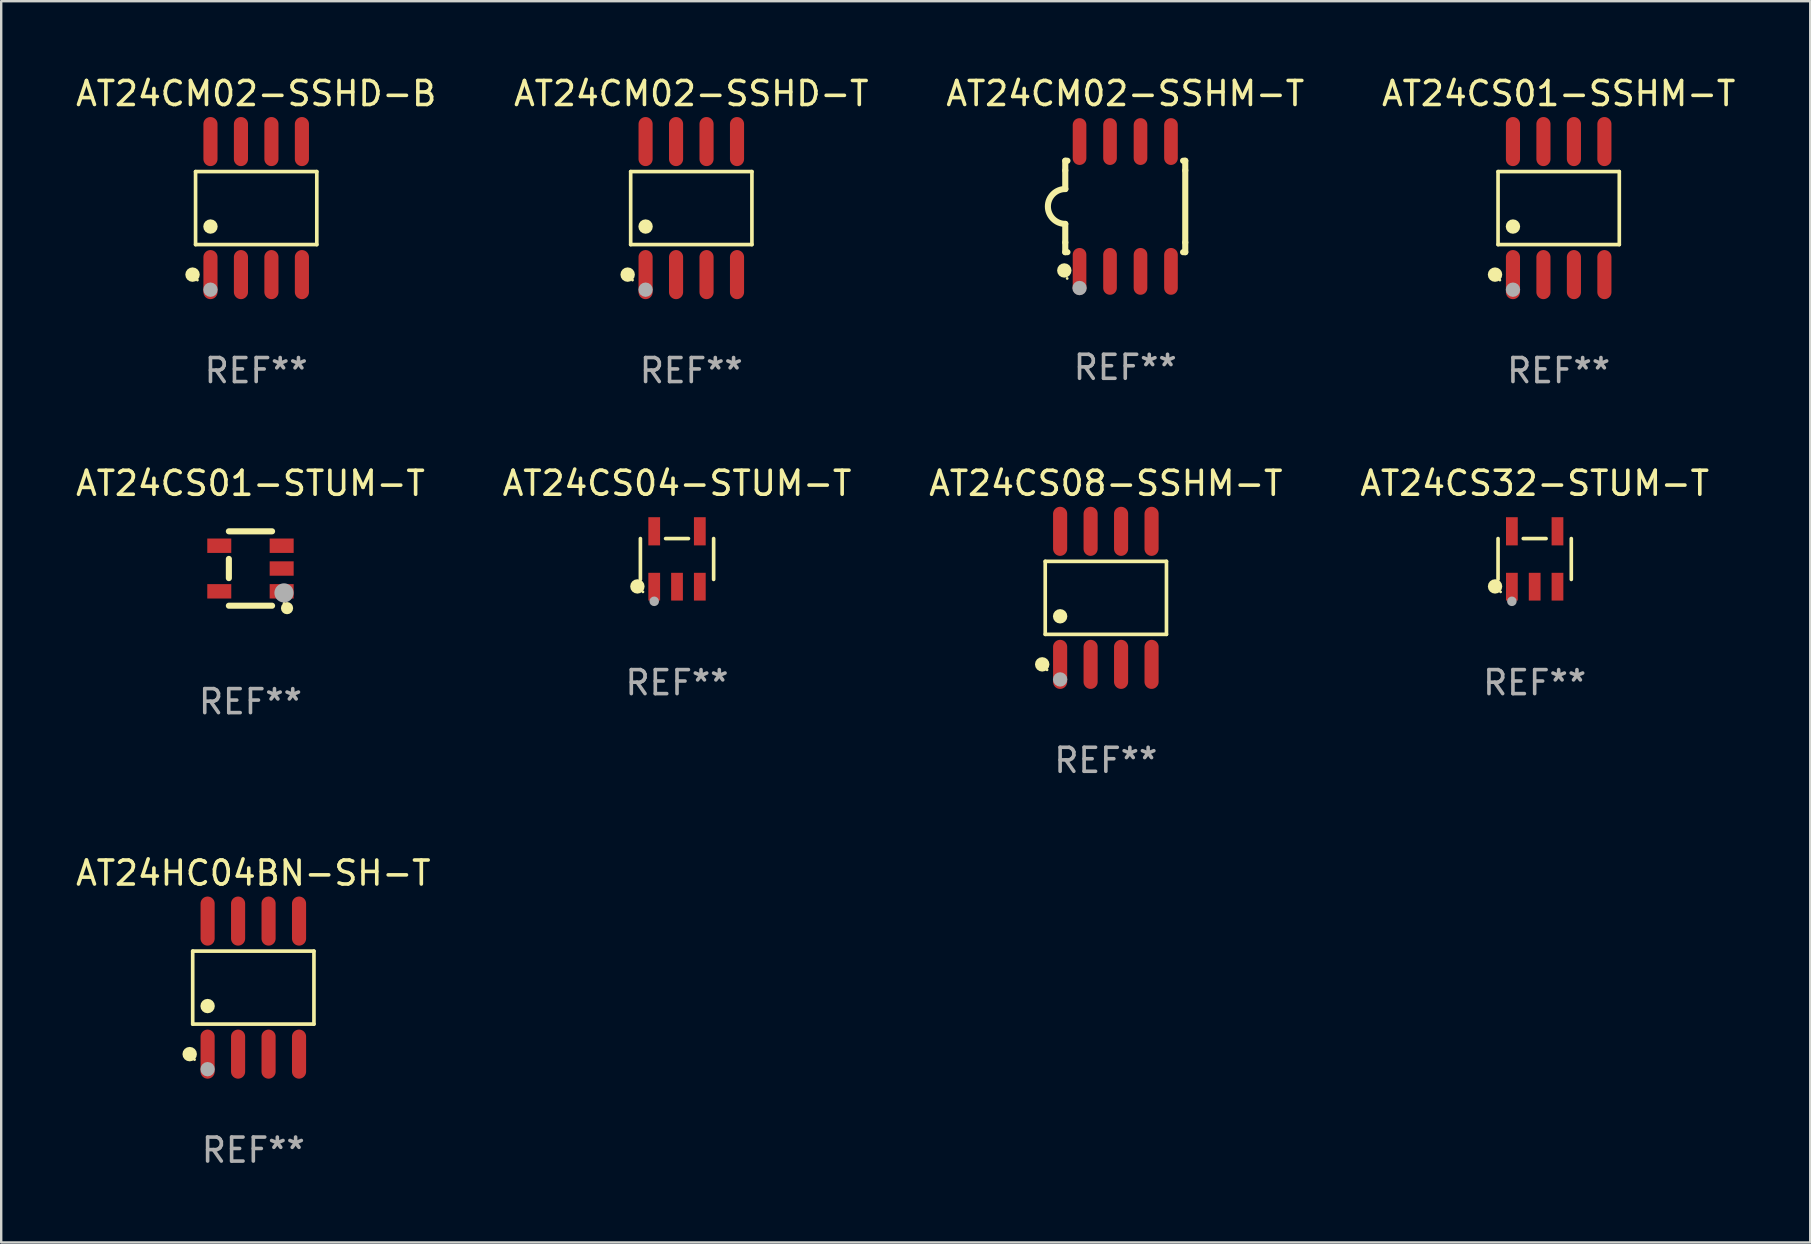
<source format=kicad_pcb>
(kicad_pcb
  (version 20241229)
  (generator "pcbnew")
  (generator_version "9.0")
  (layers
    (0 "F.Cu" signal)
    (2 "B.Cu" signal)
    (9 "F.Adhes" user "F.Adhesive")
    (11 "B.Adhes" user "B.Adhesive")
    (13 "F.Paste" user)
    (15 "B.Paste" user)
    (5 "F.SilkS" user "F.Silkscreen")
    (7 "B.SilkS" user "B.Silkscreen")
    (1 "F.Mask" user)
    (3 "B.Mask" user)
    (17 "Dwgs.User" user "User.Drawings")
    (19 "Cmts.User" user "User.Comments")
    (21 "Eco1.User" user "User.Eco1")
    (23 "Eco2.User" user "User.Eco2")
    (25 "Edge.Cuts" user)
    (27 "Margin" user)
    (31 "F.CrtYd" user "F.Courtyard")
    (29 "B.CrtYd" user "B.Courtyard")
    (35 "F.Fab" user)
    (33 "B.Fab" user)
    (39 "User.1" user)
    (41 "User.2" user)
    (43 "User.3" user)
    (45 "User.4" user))
  (footprint "AT24CS01-SSHM-T"
    (layer "F.Cu")
    (at 61.899 5.621)
    (property "Reference" "AT24CS01-SSHM-T" (at 0 -4.772 0) (layer "F.SilkS") (effects (font (size 1 1) (thickness 0.15))))
    (attr through_hole)
    (fp_line (start -2.526 -1.521) (end 2.526 -1.521) (stroke (width 0.152) (type solid)) (layer "F.SilkS"))
    (fp_line (start -2.526 1.521) (end -2.526 -1.521) (stroke (width 0.152) (type solid)) (layer "F.SilkS"))
    (fp_line (start 2.526 -1.521) (end 2.526 1.521) (stroke (width 0.152) (type solid)) (layer "F.SilkS"))
    (fp_line (start 2.526 1.521) (end -2.526 1.521) (stroke (width 0.152) (type solid)) (layer "F.SilkS"))
    (fp_circle (center -2.652 2.772) (end -2.501 2.772) (stroke (width 0.3) (type solid)) (fill no) (layer "F.SilkS"))
    (fp_circle (center -2.45 3) (end -2.42 3) (stroke (width 0.06) (type solid)) (fill no) (layer "F.SilkS"))
    (fp_circle (center -1.905 0.769) (end -1.755 0.769) (stroke (width 0.3) (type solid)) (fill no) (layer "F.SilkS"))
    (fp_circle (center -1.905 3.4) (end -1.755 3.4) (stroke (width 0.3) (type solid)) (fill no) (layer "F.Fab"))
    (fp_text user "REF**" (at 0 6.772 0) (layer "F.Fab") (effects (font (size 1 1) (thickness 0.15))))
    (pad "1" smd oval (at -1.905 2.772) (size 0.588 2.045) (layers "F.Cu" "F.Mask" "F.Paste"))
    (pad "2" smd oval (at -0.635 2.772) (size 0.588 2.045) (layers "F.Cu" "F.Mask" "F.Paste"))
    (pad "3" smd oval (at 0.635 2.772) (size 0.588 2.045) (layers "F.Cu" "F.Mask" "F.Paste"))
    (pad "4" smd oval (at 1.905 2.772) (size 0.588 2.045) (layers "F.Cu" "F.Mask" "F.Paste"))
    (pad "5" smd oval (at 1.905 -2.772) (size 0.588 2.045) (layers "F.Cu" "F.Mask" "F.Paste"))
    (pad "6" smd oval (at 0.635 -2.772) (size 0.588 2.045) (layers "F.Cu" "F.Mask" "F.Paste"))
    (pad "7" smd oval (at -0.635 -2.772) (size 0.588 2.045) (layers "F.Cu" "F.Mask" "F.Paste"))
    (pad "8" smd oval (at -1.905 -2.772) (size 0.588 2.045) (layers "F.Cu" "F.Mask" "F.Paste")))
  (footprint "AT24HC04BN-SH-T"
    (layer "F.Cu")
    (at 7.506 38.103)
    (property "Reference" "AT24HC04BN-SH-T" (at 0 -4.772 0) (layer "F.SilkS") (effects (font (size 1 1) (thickness 0.15))))
    (attr through_hole)
    (fp_line (start -2.526 -1.521) (end 2.526 -1.521) (stroke (width 0.152) (type solid)) (layer "F.SilkS"))
    (fp_line (start -2.526 1.521) (end -2.526 -1.521) (stroke (width 0.152) (type solid)) (layer "F.SilkS"))
    (fp_line (start 2.526 -1.521) (end 2.526 1.521) (stroke (width 0.152) (type solid)) (layer "F.SilkS"))
    (fp_line (start 2.526 1.521) (end -2.526 1.521) (stroke (width 0.152) (type solid)) (layer "F.SilkS"))
    (fp_circle (center -2.652 2.772) (end -2.501 2.772) (stroke (width 0.3) (type solid)) (fill no) (layer "F.SilkS"))
    (fp_circle (center -2.45 3) (end -2.42 3) (stroke (width 0.06) (type solid)) (fill no) (layer "F.SilkS"))
    (fp_circle (center -1.905 0.769) (end -1.755 0.769) (stroke (width 0.3) (type solid)) (fill no) (layer "F.SilkS"))
    (fp_circle (center -1.905 3.4) (end -1.755 3.4) (stroke (width 0.3) (type solid)) (fill no) (layer "F.Fab"))
    (fp_text user "REF**" (at 0 6.772 0) (layer "F.Fab") (effects (font (size 1 1) (thickness 0.15))))
    (pad "1" smd oval (at -1.905 2.772) (size 0.588 2.045) (layers "F.Cu" "F.Mask" "F.Paste"))
    (pad "2" smd oval (at -0.635 2.772) (size 0.588 2.045) (layers "F.Cu" "F.Mask" "F.Paste"))
    (pad "3" smd oval (at 0.635 2.772) (size 0.588 2.045) (layers "F.Cu" "F.Mask" "F.Paste"))
    (pad "4" smd oval (at 1.905 2.772) (size 0.588 2.045) (layers "F.Cu" "F.Mask" "F.Paste"))
    (pad "5" smd oval (at 1.905 -2.772) (size 0.588 2.045) (layers "F.Cu" "F.Mask" "F.Paste"))
    (pad "6" smd oval (at 0.635 -2.772) (size 0.588 2.045) (layers "F.Cu" "F.Mask" "F.Paste"))
    (pad "7" smd oval (at -0.635 -2.772) (size 0.588 2.045) (layers "F.Cu" "F.Mask" "F.Paste"))
    (pad "8" smd oval (at -1.905 -2.772) (size 0.588 2.045) (layers "F.Cu" "F.Mask" "F.Paste")))
  (footprint "AT24CS08-SSHM-T"
    (layer "F.Cu")
    (at 43.03 21.862)
    (property "Reference" "AT24CS08-SSHM-T" (at 0 -4.772 0) (layer "F.SilkS") (effects (font (size 1 1) (thickness 0.15))))
    (attr through_hole)
    (fp_line (start -2.526 -1.521) (end 2.526 -1.521) (stroke (width 0.152) (type solid)) (layer "F.SilkS"))
    (fp_line (start -2.526 1.521) (end -2.526 -1.521) (stroke (width 0.152) (type solid)) (layer "F.SilkS"))
    (fp_line (start 2.526 -1.521) (end 2.526 1.521) (stroke (width 0.152) (type solid)) (layer "F.SilkS"))
    (fp_line (start 2.526 1.521) (end -2.526 1.521) (stroke (width 0.152) (type solid)) (layer "F.SilkS"))
    (fp_circle (center -2.652 2.772) (end -2.501 2.772) (stroke (width 0.3) (type solid)) (fill no) (layer "F.SilkS"))
    (fp_circle (center -2.45 3) (end -2.42 3) (stroke (width 0.06) (type solid)) (fill no) (layer "F.SilkS"))
    (fp_circle (center -1.905 0.769) (end -1.755 0.769) (stroke (width 0.3) (type solid)) (fill no) (layer "F.SilkS"))
    (fp_circle (center -1.905 3.4) (end -1.755 3.4) (stroke (width 0.3) (type solid)) (fill no) (layer "F.Fab"))
    (fp_text user "REF**" (at 0 6.772 0) (layer "F.Fab") (effects (font (size 1 1) (thickness 0.15))))
    (pad "1" smd oval (at -1.905 2.772) (size 0.588 2.045) (layers "F.Cu" "F.Mask" "F.Paste"))
    (pad "2" smd oval (at -0.635 2.772) (size 0.588 2.045) (layers "F.Cu" "F.Mask" "F.Paste"))
    (pad "3" smd oval (at 0.635 2.772) (size 0.588 2.045) (layers "F.Cu" "F.Mask" "F.Paste"))
    (pad "4" smd oval (at 1.905 2.772) (size 0.588 2.045) (layers "F.Cu" "F.Mask" "F.Paste"))
    (pad "5" smd oval (at 1.905 -2.772) (size 0.588 2.045) (layers "F.Cu" "F.Mask" "F.Paste"))
    (pad "6" smd oval (at 0.635 -2.772) (size 0.588 2.045) (layers "F.Cu" "F.Mask" "F.Paste"))
    (pad "7" smd oval (at -0.635 -2.772) (size 0.588 2.045) (layers "F.Cu" "F.Mask" "F.Paste"))
    (pad "8" smd oval (at -1.905 -2.772) (size 0.588 2.045) (layers "F.Cu" "F.Mask" "F.Paste")))
  (footprint "AT24CS32-STUM-T"
    (layer "F.Cu")
    (at 60.899 20.243)
    (property "Reference" "AT24CS32-STUM-T" (at 0 -3.154 0) (layer "F.SilkS") (effects (font (size 1 1) (thickness 0.15))))
    (attr through_hole)
    (fp_line (start -1.526 0.851) (end -1.526 -0.851) (stroke (width 0.152) (type solid)) (layer "F.SilkS"))
    (fp_line (start 0.476 -0.851) (end -0.476 -0.851) (stroke (width 0.152) (type solid)) (layer "F.SilkS"))
    (fp_line (start 1.526 0.851) (end 1.526 -0.851) (stroke (width 0.152) (type solid)) (layer "F.SilkS"))
    (fp_circle (center -1.651 1.143) (end -1.501 1.143) (stroke (width 0.3) (type solid)) (fill no) (layer "F.SilkS"))
    (fp_circle (center -1.42 1.37) (end -1.39 1.37) (stroke (width 0.06) (type solid)) (fill no) (layer "F.SilkS"))
    (fp_circle (center -0.95 1.763) (end -0.85 1.763) (stroke (width 0.2) (type solid)) (fill no) (layer "F.Fab"))
    (fp_text user "REF**" (at 0 5.154 0) (layer "F.Fab") (effects (font (size 1 1) (thickness 0.15))))
    (pad "1" smd rect (at -0.95 1.154) (size 0.49 1.157) (layers "F.Cu" "F.Mask" "F.Paste"))
    (pad "2" smd rect (at 0 1.154) (size 0.49 1.157) (layers "F.Cu" "F.Mask" "F.Paste"))
    (pad "3" smd rect (at 0.95 1.154) (size 0.49 1.157) (layers "F.Cu" "F.Mask" "F.Paste"))
    (pad "4" smd rect (at 0.95 -1.154) (size 0.49 1.175) (layers "F.Cu" "F.Mask" "F.Paste"))
    (pad "5" smd rect (at -0.95 -1.154) (size 0.49 1.175) (layers "F.Cu" "F.Mask" "F.Paste")))
  (footprint "AT24CM02-SSHD-T"
    (layer "F.Cu")
    (at 25.756 5.621)
    (property "Reference" "AT24CM02-SSHD-T" (at 0 -4.772 0) (layer "F.SilkS") (effects (font (size 1 1) (thickness 0.15))))
    (attr through_hole)
    (fp_line (start -2.526 -1.521) (end 2.526 -1.521) (stroke (width 0.152) (type solid)) (layer "F.SilkS"))
    (fp_line (start -2.526 1.521) (end -2.526 -1.521) (stroke (width 0.152) (type solid)) (layer "F.SilkS"))
    (fp_line (start 2.526 -1.521) (end 2.526 1.521) (stroke (width 0.152) (type solid)) (layer "F.SilkS"))
    (fp_line (start 2.526 1.521) (end -2.526 1.521) (stroke (width 0.152) (type solid)) (layer "F.SilkS"))
    (fp_circle (center -2.652 2.772) (end -2.501 2.772) (stroke (width 0.3) (type solid)) (fill no) (layer "F.SilkS"))
    (fp_circle (center -2.45 3) (end -2.42 3) (stroke (width 0.06) (type solid)) (fill no) (layer "F.SilkS"))
    (fp_circle (center -1.905 0.769) (end -1.755 0.769) (stroke (width 0.3) (type solid)) (fill no) (layer "F.SilkS"))
    (fp_circle (center -1.905 3.4) (end -1.755 3.4) (stroke (width 0.3) (type solid)) (fill no) (layer "F.Fab"))
    (fp_text user "REF**" (at 0 6.772 0) (layer "F.Fab") (effects (font (size 1 1) (thickness 0.15))))
    (pad "1" smd oval (at -1.905 2.772) (size 0.588 2.045) (layers "F.Cu" "F.Mask" "F.Paste"))
    (pad "2" smd oval (at -0.635 2.772) (size 0.588 2.045) (layers "F.Cu" "F.Mask" "F.Paste"))
    (pad "3" smd oval (at 0.635 2.772) (size 0.588 2.045) (layers "F.Cu" "F.Mask" "F.Paste"))
    (pad "4" smd oval (at 1.905 2.772) (size 0.588 2.045) (layers "F.Cu" "F.Mask" "F.Paste"))
    (pad "5" smd oval (at 1.905 -2.772) (size 0.588 2.045) (layers "F.Cu" "F.Mask" "F.Paste"))
    (pad "6" smd oval (at 0.635 -2.772) (size 0.588 2.045) (layers "F.Cu" "F.Mask" "F.Paste"))
    (pad "7" smd oval (at -0.635 -2.772) (size 0.588 2.045) (layers "F.Cu" "F.Mask" "F.Paste"))
    (pad "8" smd oval (at -1.905 -2.772) (size 0.588 2.045) (layers "F.Cu" "F.Mask" "F.Paste")))
  (footprint "AT24CS04-STUM-T"
    (layer "F.Cu")
    (at 25.161 20.243)
    (property "Reference" "AT24CS04-STUM-T" (at 0 -3.154 0) (layer "F.SilkS") (effects (font (size 1 1) (thickness 0.15))))
    (attr through_hole)
    (fp_line (start -1.526 0.851) (end -1.526 -0.851) (stroke (width 0.152) (type solid)) (layer "F.SilkS"))
    (fp_line (start 0.476 -0.851) (end -0.476 -0.851) (stroke (width 0.152) (type solid)) (layer "F.SilkS"))
    (fp_line (start 1.526 0.851) (end 1.526 -0.851) (stroke (width 0.152) (type solid)) (layer "F.SilkS"))
    (fp_circle (center -1.651 1.143) (end -1.501 1.143) (stroke (width 0.3) (type solid)) (fill no) (layer "F.SilkS"))
    (fp_circle (center -1.42 1.37) (end -1.39 1.37) (stroke (width 0.06) (type solid)) (fill no) (layer "F.SilkS"))
    (fp_circle (center -0.95 1.763) (end -0.85 1.763) (stroke (width 0.2) (type solid)) (fill no) (layer "F.Fab"))
    (fp_text user "REF**" (at 0 5.154 0) (layer "F.Fab") (effects (font (size 1 1) (thickness 0.15))))
    (pad "1" smd rect (at -0.95 1.154) (size 0.49 1.157) (layers "F.Cu" "F.Mask" "F.Paste"))
    (pad "2" smd rect (at 0 1.154) (size 0.49 1.157) (layers "F.Cu" "F.Mask" "F.Paste"))
    (pad "3" smd rect (at 0.95 1.154) (size 0.49 1.157) (layers "F.Cu" "F.Mask" "F.Paste"))
    (pad "4" smd rect (at 0.95 -1.154) (size 0.49 1.175) (layers "F.Cu" "F.Mask" "F.Paste"))
    (pad "5" smd rect (at -0.95 -1.154) (size 0.49 1.175) (layers "F.Cu" "F.Mask" "F.Paste")))
  (footprint "AT24CS01-STUM-T"
    (layer "F.Cu")
    (at 7.387 20.64)
    (property "Reference" "AT24CS01-STUM-T" (at 0 -3.55 0) (layer "F.SilkS") (effects (font (size 1 1) (thickness 0.15))))
    (attr through_hole)
    (fp_line (start -0.9 -1.55) (end 0.9 -1.55) (stroke (width 0.254) (type solid)) (layer "F.SilkS"))
    (fp_line (start -0.9 0.4) (end -0.9 -0.4) (stroke (width 0.254) (type solid)) (layer "F.SilkS"))
    (fp_line (start -0.9 1.55) (end 0.9 1.55) (stroke (width 0.254) (type solid)) (layer "F.SilkS"))
    (fp_circle (center 1.4 1.45) (end 1.43 1.45) (stroke (width 0.06) (type solid)) (fill no) (layer "F.SilkS"))
    (fp_circle (center 1.524 1.651) (end 1.651 1.651) (stroke (width 0.254) (type solid)) (fill no) (layer "F.SilkS"))
    (fp_circle (center 1.397 1.016) (end 1.597 1.016) (stroke (width 0.4) (type solid)) (fill no) (layer "F.Fab"))
    (fp_text user "REF**" (at 0 5.55 0) (layer "F.Fab") (effects (font (size 1 1) (thickness 0.15))))
    (pad "1" smd rect (at 1.3 0.95) (size 1 0.6) (layers "F.Cu" "F.Mask" "F.Paste"))
    (pad "2" smd rect (at 1.3 -0.000051) (size 1 0.6) (layers "F.Cu" "F.Mask" "F.Paste"))
    (pad "3" smd rect (at 1.3 -0.95) (size 1 0.6) (layers "F.Cu" "F.Mask" "F.Paste"))
    (pad "4" smd rect (at -1.3 -0.95) (size 1 0.6) (layers "F.Cu" "F.Mask" "F.Paste"))
    (pad "5" smd rect (at -1.3 0.95) (size 1 0.6) (layers "F.Cu" "F.Mask" "F.Paste")))
  (footprint "AT24CM02-SSHD-B"
    (layer "F.Cu")
    (at 7.625 5.621)
    (property "Reference" "AT24CM02-SSHD-B" (at 0 -4.772 0) (layer "F.SilkS") (effects (font (size 1 1) (thickness 0.15))))
    (attr through_hole)
    (fp_line (start -2.526 -1.521) (end 2.526 -1.521) (stroke (width 0.152) (type solid)) (layer "F.SilkS"))
    (fp_line (start -2.526 1.521) (end -2.526 -1.521) (stroke (width 0.152) (type solid)) (layer "F.SilkS"))
    (fp_line (start 2.526 -1.521) (end 2.526 1.521) (stroke (width 0.152) (type solid)) (layer "F.SilkS"))
    (fp_line (start 2.526 1.521) (end -2.526 1.521) (stroke (width 0.152) (type solid)) (layer "F.SilkS"))
    (fp_circle (center -2.652 2.772) (end -2.501 2.772) (stroke (width 0.3) (type solid)) (fill no) (layer "F.SilkS"))
    (fp_circle (center -2.45 3) (end -2.42 3) (stroke (width 0.06) (type solid)) (fill no) (layer "F.SilkS"))
    (fp_circle (center -1.905 0.769) (end -1.755 0.769) (stroke (width 0.3) (type solid)) (fill no) (layer "F.SilkS"))
    (fp_circle (center -1.905 3.4) (end -1.755 3.4) (stroke (width 0.3) (type solid)) (fill no) (layer "F.Fab"))
    (fp_text user "REF**" (at 0 6.772 0) (layer "F.Fab") (effects (font (size 1 1) (thickness 0.15))))
    (pad "1" smd oval (at -1.905 2.772) (size 0.588 2.045) (layers "F.Cu" "F.Mask" "F.Paste"))
    (pad "2" smd oval (at -0.635 2.772) (size 0.588 2.045) (layers "F.Cu" "F.Mask" "F.Paste"))
    (pad "3" smd oval (at 0.635 2.772) (size 0.588 2.045) (layers "F.Cu" "F.Mask" "F.Paste"))
    (pad "4" smd oval (at 1.905 2.772) (size 0.588 2.045) (layers "F.Cu" "F.Mask" "F.Paste"))
    (pad "5" smd oval (at 1.905 -2.772) (size 0.588 2.045) (layers "F.Cu" "F.Mask" "F.Paste"))
    (pad "6" smd oval (at 0.635 -2.772) (size 0.588 2.045) (layers "F.Cu" "F.Mask" "F.Paste"))
    (pad "7" smd oval (at -0.635 -2.772) (size 0.588 2.045) (layers "F.Cu" "F.Mask" "F.Paste"))
    (pad "8" smd oval (at -1.905 -2.772) (size 0.588 2.045) (layers "F.Cu" "F.Mask" "F.Paste")))
  (footprint "AT24CM02-SSHM-T"
    (layer "F.Cu")
    (at 43.839 5.553)
    (property "Reference" "AT24CM02-SSHM-T" (at 0 -4.705 0) (layer "F.SilkS") (effects (font (size 1 1) (thickness 0.15))))
    (attr through_hole)
    (fp_line (start -2.5 -1.905) (end -2.409 -1.905) (stroke (width 0.254) (type solid)) (layer "F.SilkS"))
    (fp_line (start -2.5 -1.5) (end -2.5 -1.905) (stroke (width 0.254) (type solid)) (layer "F.SilkS"))
    (fp_line (start -2.5 -1.5) (end -2.5 -0.726) (stroke (width 0.254) (type solid)) (layer "F.SilkS"))
    (fp_line (start -2.5 1.5) (end -2.5 0.727) (stroke (width 0.254) (type solid)) (layer "F.SilkS"))
    (fp_line (start -2.5 1.5) (end -2.5 1.905) (stroke (width 0.254) (type solid)) (layer "F.SilkS"))
    (fp_line (start -2.5 1.905) (end -2.409 1.905) (stroke (width 0.254) (type solid)) (layer "F.SilkS"))
    (fp_line (start 2.5 -1.905) (end 2.409 -1.905) (stroke (width 0.254) (type solid)) (layer "F.SilkS"))
    (fp_line (start 2.5 -1.5) (end 2.5 -1.905) (stroke (width 0.254) (type solid)) (layer "F.SilkS"))
    (fp_line (start 2.5 -1.5) (end 2.5 1.5) (stroke (width 0.254) (type solid)) (layer "F.SilkS"))
    (fp_line (start 2.5 1.5) (end 2.5 1.905) (stroke (width 0.254) (type solid)) (layer "F.SilkS"))
    (fp_line (start 2.5 1.905) (end 2.409 1.905) (stroke (width 0.254) (type solid)) (layer "F.SilkS"))
    (fp_arc (start -2.5 0.726568) (mid -3.220316 -0.0023) (end -2.495097 -0.726289) (stroke (width 0.254001) (type solid)) (layer "F.SilkS"))
    (fp_circle (center -2.54 2.667) (end -2.39 2.667) (stroke (width 0.3) (type solid)) (fill no) (layer "F.SilkS"))
    (fp_circle (center -2.42 3) (end -2.39 3) (stroke (width 0.06) (type solid)) (fill no) (layer "F.SilkS"))
    (fp_circle (center -1.905 3.4) (end -1.755 3.4) (stroke (width 0.3) (type solid)) (fill no) (layer "F.Fab"))
    (fp_text user "REF**" (at 0 6.705 0) (layer "F.Fab") (effects (font (size 1 1) (thickness 0.15))))
    (pad "1" smd oval (at -1.905 2.705) (size 0.568 1.95) (layers "F.Cu" "F.Mask" "F.Paste"))
    (pad "2" smd oval (at -0.635 2.705) (size 0.568 1.95) (layers "F.Cu" "F.Mask" "F.Paste"))
    (pad "3" smd oval (at 0.635 2.705) (size 0.568 1.95) (layers "F.Cu" "F.Mask" "F.Paste"))
    (pad "4" smd oval (at 1.905 2.705) (size 0.568 1.95) (layers "F.Cu" "F.Mask" "F.Paste"))
    (pad "5" smd oval (at 1.905 -2.705) (size 0.568 1.95) (layers "F.Cu" "F.Mask" "F.Paste"))
    (pad "6" smd oval (at 0.635 -2.705) (size 0.568 1.95) (layers "F.Cu" "F.Mask" "F.Paste"))
    (pad "7" smd oval (at -0.635 -2.705) (size 0.568 1.95) (layers "F.Cu" "F.Mask" "F.Paste"))
    (pad "8" smd oval (at -1.905 -2.705) (size 0.568 1.95) (layers "F.Cu" "F.Mask" "F.Paste")))
  (gr_rect
    (start -3 -3)
    (end 72.381 48.724)
    (stroke (width 0.1) (type default))
    (fill no)
    (layer "Edge.Cuts")))
</source>
